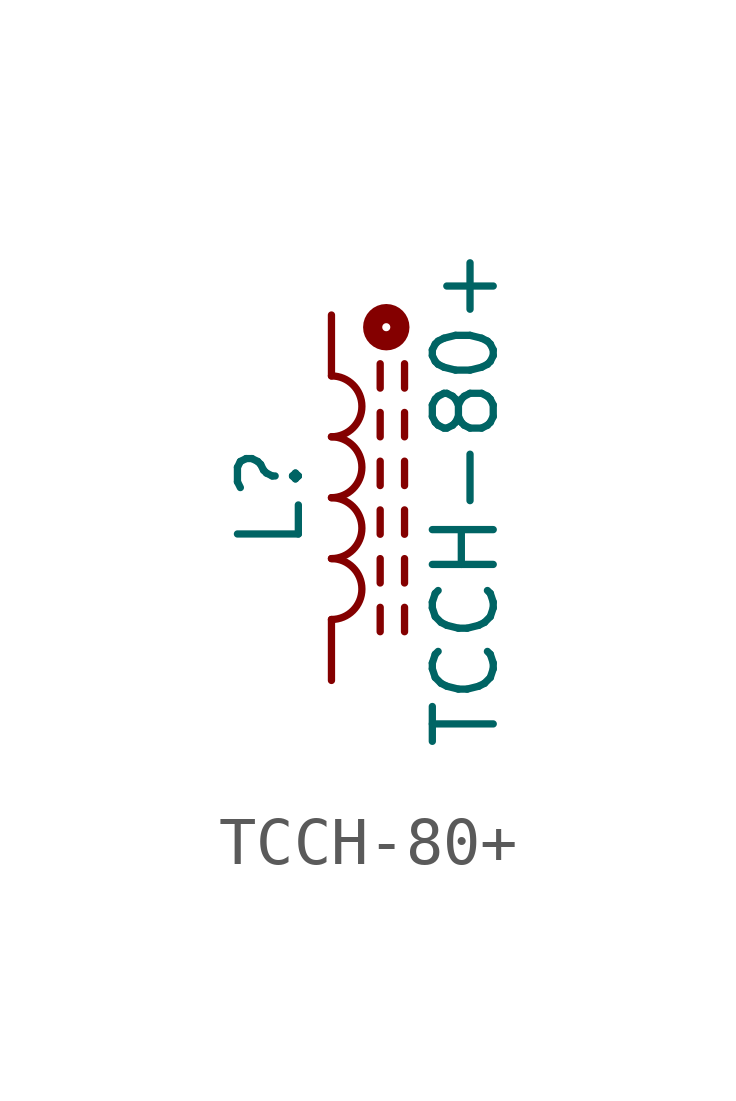
<source format=kicad_sym>
(kicad_symbol_lib
  (version 20220914)
  (generator kicad_symbol_editor)
  (symbol "TCCH-80+"
    (pin_numbers hide)
    (pin_names
      (offset 1.016) hide)
    (property "Reference" "L"
      (at -1.27 0 90)
      (effects (font (size 1.27 1.27))))
    (property "Value" "TCCH-80+"
      (at 2.794 0 90)
      (effects (font (size 1.27 1.27))))
    (symbol "TCCH-80+_0_1"
      (arc (start 0 -2.54) (mid 0.6323 -1.905) (end 0 -1.27) (stroke (width 0) (type default)) (fill (type none)))
      (arc (start 0 -1.27) (mid 0.6323 -0.635) (end 0 0) (stroke (width 0) (type default)) (fill (type none)))
      (polyline (pts (xy 1.016 -2.794) (xy 1.016 -2.286)) (stroke (width 0) (type default)) (fill (type none)))
      (polyline (pts (xy 1.016 -1.778) (xy 1.016 -1.27)) (stroke (width 0) (type default)) (fill (type none)))
      (polyline (pts (xy 1.016 -0.762) (xy 1.016 -0.254)) (stroke (width 0) (type default)) (fill (type none)))
      (polyline (pts (xy 1.016 0.254) (xy 1.016 0.762)) (stroke (width 0) (type default)) (fill (type none)))
      (polyline (pts (xy 1.016 1.27) (xy 1.016 1.778)) (stroke (width 0) (type default)) (fill (type none)))
      (polyline (pts (xy 1.016 2.286) (xy 1.016 2.794)) (stroke (width 0) (type default)) (fill (type none)))
      (polyline (pts (xy 1.524 -2.286) (xy 1.524 -2.794)) (stroke (width 0) (type default)) (fill (type none)))
      (polyline (pts (xy 1.524 -1.27) (xy 1.524 -1.778)) (stroke (width 0) (type default)) (fill (type none)))
      (polyline (pts (xy 1.524 -0.254) (xy 1.524 -0.762)) (stroke (width 0) (type default)) (fill (type none)))
      (polyline (pts (xy 1.524 0.762) (xy 1.524 0.254)) (stroke (width 0) (type default)) (fill (type none)))
      (polyline (pts (xy 1.524 1.778) (xy 1.524 1.27)) (stroke (width 0) (type default)) (fill (type none)))
      (polyline (pts (xy 1.524 2.794) (xy 1.524 2.286)) (stroke (width 0) (type default)) (fill (type none)))
      (arc (start 0 0) (mid 0.6323 0.635) (end 0 1.27) (stroke (width 0) (type default)) (fill (type none)))
      (arc (start 0 1.27) (mid 0.6323 1.905) (end 0 2.54) (stroke (width 0) (type default)) (fill (type none))))
    (symbol "TCCH-80+_1_1"
      (circle (center 1.143 3.556) (radius 0.284) (stroke (width 0.4) (type default)) (fill (type none)))
      (pin passive line (at 0 3.81 270) (length 1.27) (name "1" (effects (font (size 1.27 1.27)))) (number "1" (effects (font (size 1.27 1.27)))))
      (pin passive line (at 0 -3.81 90) (length 1.27) (name "3" (effects (font (size 1.27 1.27)))) (number "3" (effects (font (size 1.27 1.27))))))))
</source>
